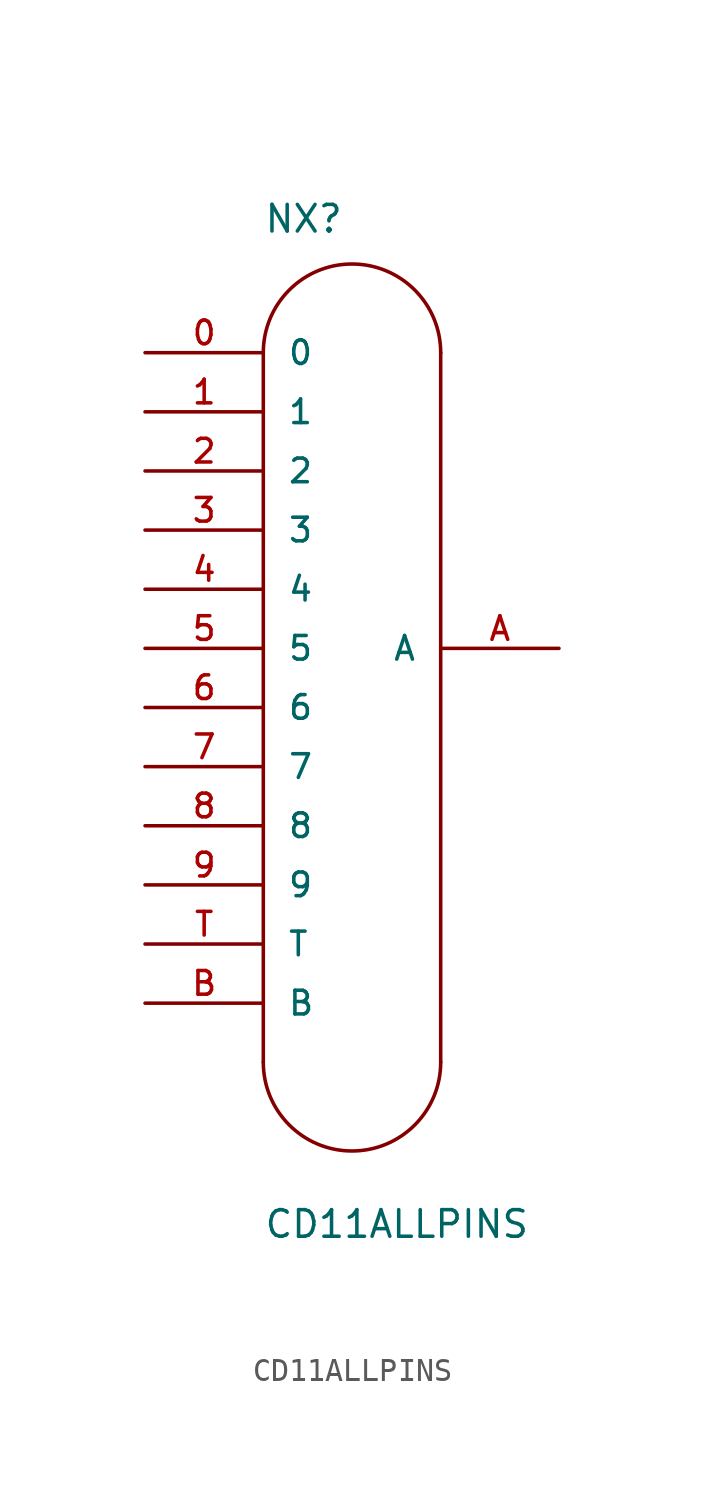
<source format=kicad_sym>
(kicad_symbol_lib
  (version 20241209)
  (generator "kicad_symbol_editor")
  (generator_version "9.0")
  (symbol "CD11ALLPINS"
    (pin_names
      (offset 1.016))
    (property "Reference" "NX"
      (at -22.86 12.7 0)
      (effects (font (size 1.143 1.143)) (justify left bottom)))
    (property "Value" "CD11ALLPINS"
      (at -22.86 -30.48 0)
      (effects (font (size 1.143 1.143)) (justify left bottom)))
    (property "ki_locked" ""
      (at 0 0 0)
      (effects (font (size 1.27 1.27))))
    (symbol "CD11ALLPINS_1_0"
      (polyline (pts (xy -22.86 7.62) (xy -22.86 -22.86)) (stroke (width 0) (type default)) (fill (type none)))
      (polyline (pts (xy -15.24 7.62) (xy -15.24 -22.86)) (stroke (width 0) (type default)) (fill (type none))))
    (symbol "CD11ALLPINS_1_1"
      (arc (start -22.86 7.62) (mid -19.05 11.4133) (end -15.24 7.62) (stroke (width 0) (type default)) (fill (type none)))
      (arc (start -15.24 -22.86) (mid -19.05 -26.6533) (end -22.86 -22.86) (stroke (width 0) (type default)) (fill (type none)))
      (pin passive line (at -27.94 7.62 0) (length 5.08) (name "0" (effects (font (size 1.016 1.016)))) (number "0" (effects (font (size 1.016 1.016)))))
      (pin passive line (at -27.94 5.08 0) (length 5.08) (name "1" (effects (font (size 1.016 1.016)))) (number "1" (effects (font (size 1.016 1.016)))))
      (pin passive line (at -27.94 2.54 0) (length 5.08) (name "2" (effects (font (size 1.016 1.016)))) (number "2" (effects (font (size 1.016 1.016)))))
      (pin passive line (at -27.94 0 0) (length 5.08) (name "3" (effects (font (size 1.016 1.016)))) (number "3" (effects (font (size 1.016 1.016)))))
      (pin passive line (at -27.94 -2.54 0) (length 5.08) (name "4" (effects (font (size 1.016 1.016)))) (number "4" (effects (font (size 1.016 1.016)))))
      (pin passive line (at -27.94 -5.08 0) (length 5.08) (name "5" (effects (font (size 1.016 1.016)))) (number "5" (effects (font (size 1.016 1.016)))))
      (pin passive line (at -27.94 -7.62 0) (length 5.08) (name "6" (effects (font (size 1.016 1.016)))) (number "6" (effects (font (size 1.016 1.016)))))
      (pin passive line (at -27.94 -10.16 0) (length 5.08) (name "7" (effects (font (size 1.016 1.016)))) (number "7" (effects (font (size 1.016 1.016)))))
      (pin passive line (at -27.94 -12.7 0) (length 5.08) (name "8" (effects (font (size 1.016 1.016)))) (number "8" (effects (font (size 1.016 1.016)))))
      (pin passive line (at -27.94 -15.24 0) (length 5.08) (name "9" (effects (font (size 1.016 1.016)))) (number "9" (effects (font (size 1.016 1.016)))))
      (pin passive line (at -27.94 -17.78 0) (length 5.08) (name "T" (effects (font (size 1.016 1.016)))) (number "T" (effects (font (size 1.016 1.016)))))
      (pin passive line (at -27.94 -20.32 0) (length 5.08) (name "B" (effects (font (size 1.016 1.016)))) (number "B" (effects (font (size 1.016 1.016)))))
      (pin passive line (at -10.16 -5.08 180) (length 5.08) (name "A" (effects (font (size 1.016 1.016)))) (number "A" (effects (font (size 1.016 1.016))))))))
</source>
